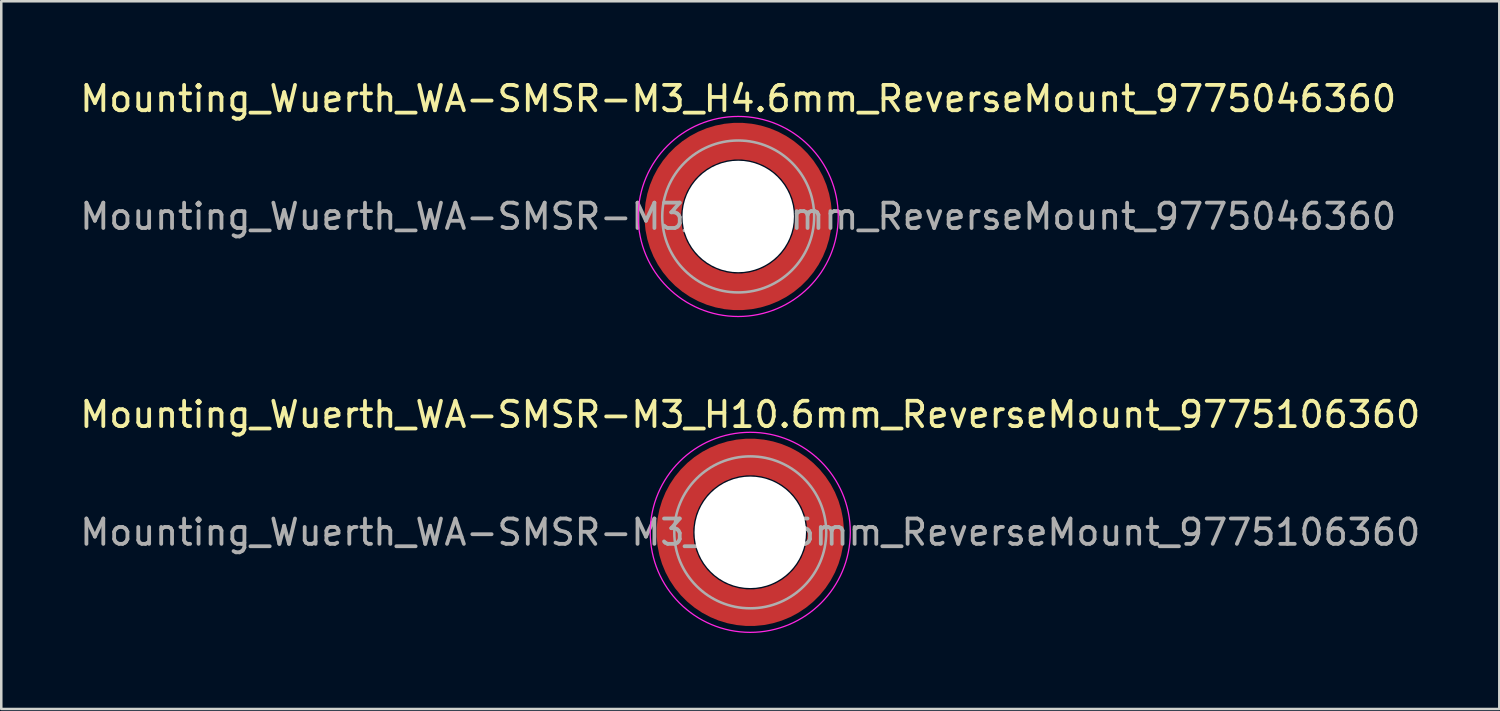
<source format=kicad_pcb>
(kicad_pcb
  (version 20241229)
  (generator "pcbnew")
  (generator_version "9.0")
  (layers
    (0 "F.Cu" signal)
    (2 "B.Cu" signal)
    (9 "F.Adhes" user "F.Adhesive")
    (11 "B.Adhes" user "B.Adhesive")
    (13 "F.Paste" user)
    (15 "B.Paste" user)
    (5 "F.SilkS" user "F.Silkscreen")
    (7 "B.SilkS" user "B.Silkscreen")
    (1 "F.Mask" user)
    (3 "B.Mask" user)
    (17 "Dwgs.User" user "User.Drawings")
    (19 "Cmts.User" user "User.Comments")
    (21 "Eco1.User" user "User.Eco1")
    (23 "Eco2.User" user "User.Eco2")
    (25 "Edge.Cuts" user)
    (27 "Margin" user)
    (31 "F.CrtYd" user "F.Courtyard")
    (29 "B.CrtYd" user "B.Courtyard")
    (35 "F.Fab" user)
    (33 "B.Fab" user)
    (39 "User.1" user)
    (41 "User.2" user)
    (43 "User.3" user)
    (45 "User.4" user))
  (footprint "Mounting_Wuerth_WA-SMSR-M3_H10.6mm_ReverseMount_9775106360"
    (layer "F.Cu")
    (at 26.577 17.971)
    (property "Reference" "Mounting_Wuerth_WA-SMSR-M3_H10.6mm_ReverseMount_9775106360" (at 0 -4.65 0) (layer "F.SilkS") (effects (font (size 1 1) (thickness 0.15))))
    (property "Mouser Part no." "" (at 0 0 0) (layer "F.Fab") (effects (font (size 1.27 1.27) (thickness 0.15))))
    (property "Mouser link" "" (at 0 0 0) (layer "F.Fab") (effects (font (size 1.27 1.27) (thickness 0.15))))
    (attr smd)
    (fp_circle (center 0 0) (end 3.95 0) (stroke (width 0.05) (type solid)) (fill no) (layer "F.CrtYd"))
    (fp_circle (center 0 0) (end 3 0) (stroke (width 0.1) (type solid)) (fill no) (layer "F.Fab"))
    (fp_text user "${REFERENCE}" (at 0 0 0) (layer "F.Fab") (effects (font (size 1 1) (thickness 0.15))))
    (pad "" smd custom (at -2.095 -2.095) (size 0.945 0.945) (layers "F.Paste") (options (anchor circle)) (primitives (gr_arc (start -0.24231 1.594804) (mid 0.404104 0.405534) (end 1.592827 -0.241886) (width 0.2)) (gr_arc (start -0.3398 1.594804) (mid 0.335987 0.338711) (end 1.591031 -0.339022) (width 0.2)) (gr_arc (start -0.437132 1.594804) (mid 0.268952 0.270807) (end 1.592231 -0.436623) (width 0.2)) (gr_arc (start -0.534324 1.594804) (mid 0.201345 0.203474) (end 1.591846 -0.53376) (width 0.2)) (gr_arc (start -0.631391 1.594804) (mid 0.134696 0.135183) (end 1.594126 -0.631267) (width 0.2)) (gr_arc (start -0.728345 1.594804) (mid 0.067234 0.067705) (end 1.594149 -0.728229) (width 0.2)) (gr_arc (start -0.825197 1.594804) (mid -0.001218 0.001219) (end 1.591408 -0.824614) (width 0.2)) (gr_arc (start -0.921958 1.594804) (mid -0.068952 -0.065985) (end 1.590665 -0.921269) (width 0.2)) (gr_arc (start -1.018637 1.594804) (mid -0.135972 -0.133907) (end 1.59192 -1.018172) (width 0.2)) (gr_arc (start -1.115239 1.594804) (mid -0.20428 -0.200537) (end 1.589574 -1.11442) (width 0.2)) (gr_arc (start -1.211773 1.594804) (mid -0.26993 -0.269828) (end 1.594662 -1.211751) (width 0.2)) (gr_arc (start -1.308244 1.594804) (mid -0.33911 -0.335587) (end 1.589875 -1.307516) (width 0.2)) (gr_arc (start -1.404657 1.594804) (mid -0.405633 -0.404004) (end 1.592524 -1.404331) (width 0.2)) (gr_arc (start -1.404657 1.594804) (mid -0.405633 -0.404004) (end 1.592524 -1.404331) (width 0.2)) (gr_line (start 1.595 -0.242) (end 1.595 -1.405) (width 0.2)) (gr_line (start -0.242 1.595) (end -1.405 1.595) (width 0.2))))
    (pad "" smd custom (at -2.095 2.095) (size 0.945 0.945) (layers "F.Paste") (options (anchor circle)) (primitives (gr_arc (start 1.594804 0.24231) (mid 0.405534 -0.404104) (end -0.241886 -1.592827) (width 0.2)) (gr_arc (start 1.594804 0.3398) (mid 0.338711 -0.335987) (end -0.339022 -1.591031) (width 0.2)) (gr_arc (start 1.594804 0.437132) (mid 0.270807 -0.268952) (end -0.436623 -1.592231) (width 0.2)) (gr_arc (start 1.594804 0.534324) (mid 0.203474 -0.201345) (end -0.53376 -1.591846) (width 0.2)) (gr_arc (start 1.594804 0.631391) (mid 0.135183 -0.134696) (end -0.631267 -1.594126) (width 0.2)) (gr_arc (start 1.594804 0.728345) (mid 0.067705 -0.067234) (end -0.728229 -1.594149) (width 0.2)) (gr_arc (start 1.594804 0.825197) (mid 0.001219 0.001218) (end -0.824614 -1.591408) (width 0.2)) (gr_arc (start 1.594804 0.921958) (mid -0.065985 0.068952) (end -0.921269 -1.590665) (width 0.2)) (gr_arc (start 1.594804 1.018637) (mid -0.133907 0.135972) (end -1.018172 -1.59192) (width 0.2)) (gr_arc (start 1.594804 1.115239) (mid -0.200537 0.20428) (end -1.11442 -1.589574) (width 0.2)) (gr_arc (start 1.594804 1.211773) (mid -0.269828 0.26993) (end -1.211751 -1.594662) (width 0.2)) (gr_arc (start 1.594804 1.308244) (mid -0.335587 0.33911) (end -1.307516 -1.589875) (width 0.2)) (gr_arc (start 1.594804 1.404657) (mid -0.404004 0.405633) (end -1.404331 -1.592524) (width 0.2)) (gr_arc (start 1.594804 1.404657) (mid -0.404004 0.405633) (end -1.404331 -1.592524) (width 0.2)) (gr_line (start -0.242 -1.595) (end -1.405 -1.595) (width 0.2)) (gr_line (start 1.595 0.242) (end 1.595 1.405) (width 0.2))))
    (pad "" np_thru_hole circle (at 0 0) (size 4.4 4.4) (drill 4.4) (layers "*.Cu" "*.Mask"))
    (pad "" smd custom (at 2.095 -2.095) (size 0.945 0.945) (layers "F.Paste") (options (anchor circle)) (primitives (gr_arc (start -1.594804 -0.24231) (mid -0.405534 0.404104) (end 0.241886 1.592827) (width 0.2)) (gr_arc (start -1.594804 -0.3398) (mid -0.338711 0.335987) (end 0.339022 1.591031) (width 0.2)) (gr_arc (start -1.594804 -0.437132) (mid -0.270807 0.268952) (end 0.436623 1.592231) (width 0.2)) (gr_arc (start -1.594804 -0.534324) (mid -0.203474 0.201345) (end 0.53376 1.591846) (width 0.2)) (gr_arc (start -1.594804 -0.631391) (mid -0.135183 0.134696) (end 0.631267 1.594126) (width 0.2)) (gr_arc (start -1.594804 -0.728345) (mid -0.067705 0.067234) (end 0.728229 1.594149) (width 0.2)) (gr_arc (start -1.594804 -0.825197) (mid -0.001219 -0.001218) (end 0.824614 1.591408) (width 0.2)) (gr_arc (start -1.594804 -0.921958) (mid 0.065985 -0.068952) (end 0.921269 1.590665) (width 0.2)) (gr_arc (start -1.594804 -1.018637) (mid 0.133907 -0.135972) (end 1.018172 1.59192) (width 0.2)) (gr_arc (start -1.594804 -1.115239) (mid 0.200537 -0.20428) (end 1.11442 1.589574) (width 0.2)) (gr_arc (start -1.594804 -1.211773) (mid 0.269828 -0.26993) (end 1.211751 1.594662) (width 0.2)) (gr_arc (start -1.594804 -1.308244) (mid 0.335587 -0.33911) (end 1.307516 1.589875) (width 0.2)) (gr_arc (start -1.594804 -1.404657) (mid 0.404004 -0.405633) (end 1.404331 1.592524) (width 0.2)) (gr_arc (start -1.594804 -1.404657) (mid 0.404004 -0.405633) (end 1.404331 1.592524) (width 0.2)) (gr_line (start 0.242 1.595) (end 1.405 1.595) (width 0.2)) (gr_line (start -1.595 -0.242) (end -1.595 -1.405) (width 0.2))))
    (pad "" smd custom (at 2.095 2.095) (size 0.945 0.945) (layers "F.Paste") (options (anchor circle)) (primitives (gr_arc (start 0.24231 -1.594804) (mid -0.404104 -0.405534) (end -1.592827 0.241886) (width 0.2)) (gr_arc (start 0.3398 -1.594804) (mid -0.335987 -0.338711) (end -1.591031 0.339022) (width 0.2)) (gr_arc (start 0.437132 -1.594804) (mid -0.268952 -0.270807) (end -1.592231 0.436623) (width 0.2)) (gr_arc (start 0.534324 -1.594804) (mid -0.201345 -0.203474) (end -1.591846 0.53376) (width 0.2)) (gr_arc (start 0.631391 -1.594804) (mid -0.134696 -0.135183) (end -1.594126 0.631267) (width 0.2)) (gr_arc (start 0.728345 -1.594804) (mid -0.067234 -0.067705) (end -1.594149 0.728229) (width 0.2)) (gr_arc (start 0.825197 -1.594804) (mid 0.001218 -0.001219) (end -1.591408 0.824614) (width 0.2)) (gr_arc (start 0.921958 -1.594804) (mid 0.068952 0.065985) (end -1.590665 0.921269) (width 0.2)) (gr_arc (start 1.018637 -1.594804) (mid 0.135972 0.133907) (end -1.59192 1.018172) (width 0.2)) (gr_arc (start 1.115239 -1.594804) (mid 0.20428 0.200537) (end -1.589574 1.11442) (width 0.2)) (gr_arc (start 1.211773 -1.594804) (mid 0.26993 0.269828) (end -1.594662 1.211751) (width 0.2)) (gr_arc (start 1.308244 -1.594804) (mid 0.33911 0.335587) (end -1.589875 1.307516) (width 0.2)) (gr_arc (start 1.404657 -1.594804) (mid 0.405633 0.404004) (end -1.592524 1.404331) (width 0.2)) (gr_arc (start 1.404657 -1.594804) (mid 0.405633 0.404004) (end -1.592524 1.404331) (width 0.2)) (gr_line (start -1.595 0.242) (end -1.595 1.405) (width 0.2)) (gr_line (start 0.242 -1.595) (end 1.405 -1.595) (width 0.2))))
    (pad "1" smd circle (at -2.975 0) (size 1.05 1.05) (layers "F.Cu"))
    (pad "1" smd circle (at 0 -2.975) (size 1.05 1.05) (layers "F.Cu"))
    (pad "1" smd circle (at 0 2.975) (size 1.05 1.05) (layers "F.Cu"))
    (pad "1" smd custom (at 2.975 0) (size 1.05 1.05) (layers "F.Cu" "F.Mask") (options (anchor circle)) (primitives (gr_circle (center -2.975 0) (end 0 0) (width 1.45) (fill no)))))
  (footprint "Mounting_Wuerth_WA-SMSR-M3_H4.6mm_ReverseMount_9775046360"
    (layer "F.Cu")
    (at 26.101 5.498)
    (property "Reference" "Mounting_Wuerth_WA-SMSR-M3_H4.6mm_ReverseMount_9775046360" (at 0 -4.65 0) (layer "F.SilkS") (effects (font (size 1 1) (thickness 0.15))))
    (property "Mouser Part no." "" (at 0 0 0) (layer "F.Fab") (effects (font (size 1.27 1.27) (thickness 0.15))))
    (property "Mouser link" "" (at 0 0 0) (layer "F.Fab") (effects (font (size 1.27 1.27) (thickness 0.15))))
    (attr smd)
    (fp_circle (center 0 0) (end 3.95 0) (stroke (width 0.05) (type solid)) (fill no) (layer "F.CrtYd"))
    (fp_circle (center 0 0) (end 3 0) (stroke (width 0.1) (type solid)) (fill no) (layer "F.Fab"))
    (fp_text user "${REFERENCE}" (at 0 0 0) (layer "F.Fab") (effects (font (size 1 1) (thickness 0.15))))
    (pad "" smd custom (at -2.095 -2.095) (size 0.945 0.945) (layers "F.Paste") (options (anchor circle)) (primitives (gr_arc (start -0.24231 1.594804) (mid 0.404104 0.405534) (end 1.592827 -0.241886) (width 0.2)) (gr_arc (start -0.3398 1.594804) (mid 0.335987 0.338711) (end 1.591031 -0.339022) (width 0.2)) (gr_arc (start -0.437132 1.594804) (mid 0.268952 0.270807) (end 1.592231 -0.436623) (width 0.2)) (gr_arc (start -0.534324 1.594804) (mid 0.201345 0.203474) (end 1.591846 -0.53376) (width 0.2)) (gr_arc (start -0.631391 1.594804) (mid 0.134696 0.135183) (end 1.594126 -0.631267) (width 0.2)) (gr_arc (start -0.728345 1.594804) (mid 0.067234 0.067705) (end 1.594149 -0.728229) (width 0.2)) (gr_arc (start -0.825197 1.594804) (mid -0.001218 0.001219) (end 1.591408 -0.824614) (width 0.2)) (gr_arc (start -0.921958 1.594804) (mid -0.068952 -0.065985) (end 1.590665 -0.921269) (width 0.2)) (gr_arc (start -1.018637 1.594804) (mid -0.135972 -0.133907) (end 1.59192 -1.018172) (width 0.2)) (gr_arc (start -1.115239 1.594804) (mid -0.20428 -0.200537) (end 1.589574 -1.11442) (width 0.2)) (gr_arc (start -1.211773 1.594804) (mid -0.26993 -0.269828) (end 1.594662 -1.211751) (width 0.2)) (gr_arc (start -1.308244 1.594804) (mid -0.33911 -0.335587) (end 1.589875 -1.307516) (width 0.2)) (gr_arc (start -1.404657 1.594804) (mid -0.405633 -0.404004) (end 1.592524 -1.404331) (width 0.2)) (gr_arc (start -1.404657 1.594804) (mid -0.405633 -0.404004) (end 1.592524 -1.404331) (width 0.2)) (gr_line (start 1.595 -0.242) (end 1.595 -1.405) (width 0.2)) (gr_line (start -0.242 1.595) (end -1.405 1.595) (width 0.2))))
    (pad "" smd custom (at -2.095 2.095) (size 0.945 0.945) (layers "F.Paste") (options (anchor circle)) (primitives (gr_arc (start 1.594804 0.24231) (mid 0.405534 -0.404104) (end -0.241886 -1.592827) (width 0.2)) (gr_arc (start 1.594804 0.3398) (mid 0.338711 -0.335987) (end -0.339022 -1.591031) (width 0.2)) (gr_arc (start 1.594804 0.437132) (mid 0.270807 -0.268952) (end -0.436623 -1.592231) (width 0.2)) (gr_arc (start 1.594804 0.534324) (mid 0.203474 -0.201345) (end -0.53376 -1.591846) (width 0.2)) (gr_arc (start 1.594804 0.631391) (mid 0.135183 -0.134696) (end -0.631267 -1.594126) (width 0.2)) (gr_arc (start 1.594804 0.728345) (mid 0.067705 -0.067234) (end -0.728229 -1.594149) (width 0.2)) (gr_arc (start 1.594804 0.825197) (mid 0.001219 0.001218) (end -0.824614 -1.591408) (width 0.2)) (gr_arc (start 1.594804 0.921958) (mid -0.065985 0.068952) (end -0.921269 -1.590665) (width 0.2)) (gr_arc (start 1.594804 1.018637) (mid -0.133907 0.135972) (end -1.018172 -1.59192) (width 0.2)) (gr_arc (start 1.594804 1.115239) (mid -0.200537 0.20428) (end -1.11442 -1.589574) (width 0.2)) (gr_arc (start 1.594804 1.211773) (mid -0.269828 0.26993) (end -1.211751 -1.594662) (width 0.2)) (gr_arc (start 1.594804 1.308244) (mid -0.335587 0.33911) (end -1.307516 -1.589875) (width 0.2)) (gr_arc (start 1.594804 1.404657) (mid -0.404004 0.405633) (end -1.404331 -1.592524) (width 0.2)) (gr_arc (start 1.594804 1.404657) (mid -0.404004 0.405633) (end -1.404331 -1.592524) (width 0.2)) (gr_line (start -0.242 -1.595) (end -1.405 -1.595) (width 0.2)) (gr_line (start 1.595 0.242) (end 1.595 1.405) (width 0.2))))
    (pad "" np_thru_hole circle (at 0 0) (size 4.4 4.4) (drill 4.4) (layers "*.Cu" "*.Mask"))
    (pad "" smd custom (at 2.095 -2.095) (size 0.945 0.945) (layers "F.Paste") (options (anchor circle)) (primitives (gr_arc (start -1.594804 -0.24231) (mid -0.405534 0.404104) (end 0.241886 1.592827) (width 0.2)) (gr_arc (start -1.594804 -0.3398) (mid -0.338711 0.335987) (end 0.339022 1.591031) (width 0.2)) (gr_arc (start -1.594804 -0.437132) (mid -0.270807 0.268952) (end 0.436623 1.592231) (width 0.2)) (gr_arc (start -1.594804 -0.534324) (mid -0.203474 0.201345) (end 0.53376 1.591846) (width 0.2)) (gr_arc (start -1.594804 -0.631391) (mid -0.135183 0.134696) (end 0.631267 1.594126) (width 0.2)) (gr_arc (start -1.594804 -0.728345) (mid -0.067705 0.067234) (end 0.728229 1.594149) (width 0.2)) (gr_arc (start -1.594804 -0.825197) (mid -0.001219 -0.001218) (end 0.824614 1.591408) (width 0.2)) (gr_arc (start -1.594804 -0.921958) (mid 0.065985 -0.068952) (end 0.921269 1.590665) (width 0.2)) (gr_arc (start -1.594804 -1.018637) (mid 0.133907 -0.135972) (end 1.018172 1.59192) (width 0.2)) (gr_arc (start -1.594804 -1.115239) (mid 0.200537 -0.20428) (end 1.11442 1.589574) (width 0.2)) (gr_arc (start -1.594804 -1.211773) (mid 0.269828 -0.26993) (end 1.211751 1.594662) (width 0.2)) (gr_arc (start -1.594804 -1.308244) (mid 0.335587 -0.33911) (end 1.307516 1.589875) (width 0.2)) (gr_arc (start -1.594804 -1.404657) (mid 0.404004 -0.405633) (end 1.404331 1.592524) (width 0.2)) (gr_arc (start -1.594804 -1.404657) (mid 0.404004 -0.405633) (end 1.404331 1.592524) (width 0.2)) (gr_line (start 0.242 1.595) (end 1.405 1.595) (width 0.2)) (gr_line (start -1.595 -0.242) (end -1.595 -1.405) (width 0.2))))
    (pad "" smd custom (at 2.095 2.095) (size 0.945 0.945) (layers "F.Paste") (options (anchor circle)) (primitives (gr_arc (start 0.24231 -1.594804) (mid -0.404104 -0.405534) (end -1.592827 0.241886) (width 0.2)) (gr_arc (start 0.3398 -1.594804) (mid -0.335987 -0.338711) (end -1.591031 0.339022) (width 0.2)) (gr_arc (start 0.437132 -1.594804) (mid -0.268952 -0.270807) (end -1.592231 0.436623) (width 0.2)) (gr_arc (start 0.534324 -1.594804) (mid -0.201345 -0.203474) (end -1.591846 0.53376) (width 0.2)) (gr_arc (start 0.631391 -1.594804) (mid -0.134696 -0.135183) (end -1.594126 0.631267) (width 0.2)) (gr_arc (start 0.728345 -1.594804) (mid -0.067234 -0.067705) (end -1.594149 0.728229) (width 0.2)) (gr_arc (start 0.825197 -1.594804) (mid 0.001218 -0.001219) (end -1.591408 0.824614) (width 0.2)) (gr_arc (start 0.921958 -1.594804) (mid 0.068952 0.065985) (end -1.590665 0.921269) (width 0.2)) (gr_arc (start 1.018637 -1.594804) (mid 0.135972 0.133907) (end -1.59192 1.018172) (width 0.2)) (gr_arc (start 1.115239 -1.594804) (mid 0.20428 0.200537) (end -1.589574 1.11442) (width 0.2)) (gr_arc (start 1.211773 -1.594804) (mid 0.26993 0.269828) (end -1.594662 1.211751) (width 0.2)) (gr_arc (start 1.308244 -1.594804) (mid 0.33911 0.335587) (end -1.589875 1.307516) (width 0.2)) (gr_arc (start 1.404657 -1.594804) (mid 0.405633 0.404004) (end -1.592524 1.404331) (width 0.2)) (gr_arc (start 1.404657 -1.594804) (mid 0.405633 0.404004) (end -1.592524 1.404331) (width 0.2)) (gr_line (start -1.595 0.242) (end -1.595 1.405) (width 0.2)) (gr_line (start 0.242 -1.595) (end 1.405 -1.595) (width 0.2))))
    (pad "1" smd circle (at -2.975 0) (size 1.05 1.05) (layers "F.Cu"))
    (pad "1" smd circle (at 0 -2.975) (size 1.05 1.05) (layers "F.Cu"))
    (pad "1" smd circle (at 0 2.975) (size 1.05 1.05) (layers "F.Cu"))
    (pad "1" smd custom (at 2.975 0) (size 1.05 1.05) (layers "F.Cu" "F.Mask") (options (anchor circle)) (primitives (gr_circle (center -2.975 0) (end 0 0) (width 1.45) (fill no)))))
  (gr_rect
    (start -3 -3)
    (end 56.155 24.947)
    (stroke (width 0.1) (type default))
    (fill no)
    (layer "Edge.Cuts")))
</source>
